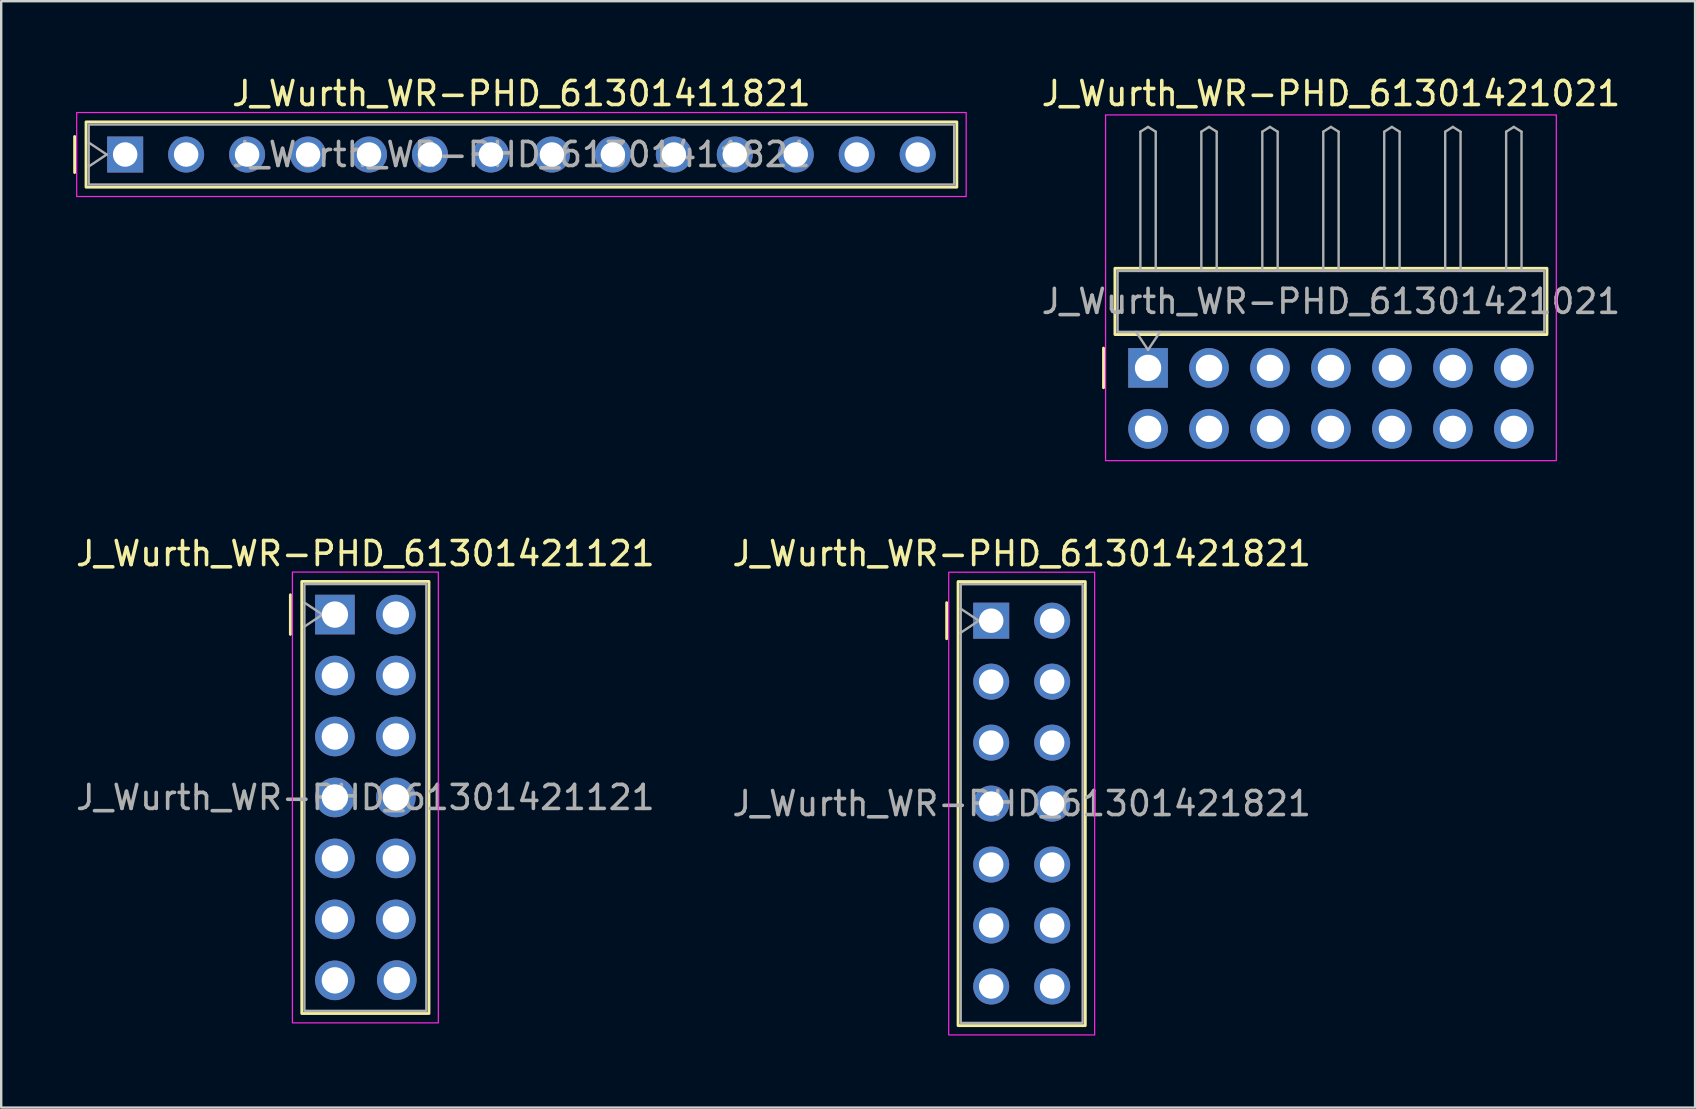
<source format=kicad_pcb>
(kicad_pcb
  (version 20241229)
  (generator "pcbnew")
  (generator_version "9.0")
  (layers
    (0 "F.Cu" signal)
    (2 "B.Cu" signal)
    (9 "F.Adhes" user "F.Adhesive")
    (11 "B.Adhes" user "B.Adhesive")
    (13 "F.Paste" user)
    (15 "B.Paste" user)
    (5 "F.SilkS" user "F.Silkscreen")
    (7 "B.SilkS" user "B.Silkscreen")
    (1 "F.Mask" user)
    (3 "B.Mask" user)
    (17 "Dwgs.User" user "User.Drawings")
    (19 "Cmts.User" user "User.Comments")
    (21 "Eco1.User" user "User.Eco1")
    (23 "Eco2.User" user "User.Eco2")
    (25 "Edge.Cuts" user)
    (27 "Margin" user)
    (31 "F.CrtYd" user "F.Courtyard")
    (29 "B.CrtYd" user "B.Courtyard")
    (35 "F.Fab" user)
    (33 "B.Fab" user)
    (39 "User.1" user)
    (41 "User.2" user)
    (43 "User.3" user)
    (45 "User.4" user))
  (footprint "J_Wurth_WR-PHD_61301421121"
    (layer "F.Cu")
    (at 10.903 22.556)
    (property "Reference" "J_Wurth_WR-PHD_61301421121" (at 1.27 -2.54 0) (unlocked yes) (layer "F.SilkS") (effects (font (size 1 1) (thickness 0.15))))
    (attr through_hole)
    (fp_line (start -1.855 -0.825) (end -1.855 0.825) (stroke (width 0.12) (type solid)) (layer "F.SilkS"))
    (fp_rect (start -1.38 -1.38) (end 3.92 16.62) (stroke (width 0.12) (type solid)) (fill no) (layer "F.SilkS"))
    (fp_rect (start -1.77 -1.77) (end 4.31 17.01) (stroke (width 0.05) (type solid)) (fill no) (layer "F.CrtYd"))
    (fp_line (start -1.27 -0.5) (end -0.52 0) (stroke (width 0.1) (type solid)) (layer "F.Fab"))
    (fp_line (start -0.52 0) (end -1.27 0.5) (stroke (width 0.1) (type solid)) (layer "F.Fab"))
    (fp_rect (start -1.27 -1.27) (end 3.81 16.51) (stroke (width 0.1) (type solid)) (fill no) (layer "F.Fab"))
    (fp_text user "${REFERENCE}" (at 1.27 7.62 0) (unlocked yes) (layer "F.Fab") (effects (font (size 1 1) (thickness 0.15))))
    (pad "1" thru_hole rect (at 0 0 270) (size 1.65 1.65) (drill 1.1) (layers "*.Cu" "*.Mask"))
    (pad "2" thru_hole circle (at 2.54 0 270) (size 1.65 1.65) (drill 1.1) (layers "*.Cu" "*.Mask"))
    (pad "3" thru_hole circle (at 0 2.54 270) (size 1.65 1.65) (drill 1.1) (layers "*.Cu" "*.Mask"))
    (pad "4" thru_hole circle (at 2.54 2.54 270) (size 1.65 1.65) (drill 1.1) (layers "*.Cu" "*.Mask"))
    (pad "5" thru_hole circle (at 0 5.08 270) (size 1.65 1.65) (drill 1.1) (layers "*.Cu" "*.Mask"))
    (pad "6" thru_hole circle (at 2.54 5.08 270) (size 1.65 1.65) (drill 1.1) (layers "*.Cu" "*.Mask"))
    (pad "7" thru_hole circle (at 0 7.62 270) (size 1.65 1.65) (drill 1.1) (layers "*.Cu" "*.Mask"))
    (pad "8" thru_hole circle (at 2.54 7.62 270) (size 1.65 1.65) (drill 1.1) (layers "*.Cu" "*.Mask"))
    (pad "9" thru_hole circle (at 0 10.16 270) (size 1.65 1.65) (drill 1.1) (layers "*.Cu" "*.Mask"))
    (pad "10" thru_hole circle (at 2.54 10.16 270) (size 1.65 1.65) (drill 1.1) (layers "*.Cu" "*.Mask"))
    (pad "11" thru_hole circle (at 0 12.7 270) (size 1.65 1.65) (drill 1.1) (layers "*.Cu" "*.Mask"))
    (pad "12" thru_hole circle (at 2.54 12.7 270) (size 1.65 1.65) (drill 1.1) (layers "*.Cu" "*.Mask"))
    (pad "13" thru_hole circle (at 0 15.24 270) (size 1.65 1.65) (drill 1.1) (layers "*.Cu" "*.Mask"))
    (pad "14" thru_hole circle (at 2.579 15.23 270) (size 1.65 1.65) (drill 1.1) (layers "*.Cu" "*.Mask")))
  (footprint "J_Wurth_WR-PHD_61301421021"
    (layer "F.Cu")
    (at 44.783 12.278)
    (property "Reference" "J_Wurth_WR-PHD_61301421021" (at 7.62 -11.43 0) (unlocked yes) (layer "F.SilkS") (effects (font (size 1 1) (thickness 0.15))))
    (attr through_hole)
    (fp_line (start -1.855 -0.825) (end -1.855 0.825) (stroke (width 0.12) (type solid)) (layer "F.SilkS"))
    (fp_rect (start -1.38 -4.15) (end 16.62 -1.39) (stroke (width 0.12) (type solid)) (fill no) (layer "F.SilkS"))
    (fp_rect (start -1.77 -10.54) (end 17.01 3.865) (stroke (width 0.05) (type solid)) (fill no) (layer "F.CrtYd"))
    (fp_line (start -0.32 -9.84) (end -0.32 -4.04) (stroke (width 0.1) (type solid)) (layer "F.Fab"))
    (fp_line (start 0 -10.04) (end -0.32 -9.84) (stroke (width 0.1) (type solid)) (layer "F.Fab"))
    (fp_line (start 0 -0.75) (end -0.5 -1.5) (stroke (width 0.1) (type solid)) (layer "F.Fab"))
    (fp_line (start 0 -0.75) (end 0.5 -1.5) (stroke (width 0.1) (type solid)) (layer "F.Fab"))
    (fp_line (start 0.32 -9.84) (end 0 -10.04) (stroke (width 0.1) (type default)) (layer "F.Fab"))
    (fp_line (start 0.32 -4.04) (end 0.32 -9.84) (stroke (width 0.1) (type solid)) (layer "F.Fab"))
    (fp_line (start 2.22 -9.84) (end 2.22 -4.04) (stroke (width 0.1) (type solid)) (layer "F.Fab"))
    (fp_line (start 2.54 -10.04) (end 2.22 -9.84) (stroke (width 0.1) (type solid)) (layer "F.Fab"))
    (fp_line (start 2.86 -9.84) (end 2.54 -10.04) (stroke (width 0.1) (type default)) (layer "F.Fab"))
    (fp_line (start 2.86 -4.04) (end 2.86 -9.84) (stroke (width 0.1) (type solid)) (layer "F.Fab"))
    (fp_line (start 4.76 -9.84) (end 4.76 -4.04) (stroke (width 0.1) (type solid)) (layer "F.Fab"))
    (fp_line (start 5.08 -10.04) (end 4.76 -9.84) (stroke (width 0.1) (type solid)) (layer "F.Fab"))
    (fp_line (start 5.4 -9.84) (end 5.08 -10.04) (stroke (width 0.1) (type default)) (layer "F.Fab"))
    (fp_line (start 5.4 -4.04) (end 5.4 -9.84) (stroke (width 0.1) (type solid)) (layer "F.Fab"))
    (fp_line (start 7.3 -9.84) (end 7.3 -4.04) (stroke (width 0.1) (type solid)) (layer "F.Fab"))
    (fp_line (start 7.62 -10.04) (end 7.3 -9.84) (stroke (width 0.1) (type solid)) (layer "F.Fab"))
    (fp_line (start 7.94 -9.84) (end 7.62 -10.04) (stroke (width 0.1) (type default)) (layer "F.Fab"))
    (fp_line (start 7.94 -4.04) (end 7.94 -9.84) (stroke (width 0.1) (type solid)) (layer "F.Fab"))
    (fp_line (start 9.84 -9.84) (end 9.84 -4.04) (stroke (width 0.1) (type solid)) (layer "F.Fab"))
    (fp_line (start 10.16 -10.04) (end 9.84 -9.84) (stroke (width 0.1) (type solid)) (layer "F.Fab"))
    (fp_line (start 10.48 -9.84) (end 10.16 -10.04) (stroke (width 0.1) (type solid)) (layer "F.Fab"))
    (fp_line (start 10.48 -4.04) (end 10.48 -9.84) (stroke (width 0.1) (type solid)) (layer "F.Fab"))
    (fp_line (start 12.38 -9.84) (end 12.38 -4.04) (stroke (width 0.1) (type solid)) (layer "F.Fab"))
    (fp_line (start 12.7 -10.04) (end 12.38 -9.84) (stroke (width 0.1) (type solid)) (layer "F.Fab"))
    (fp_line (start 13.02 -9.84) (end 12.7 -10.04) (stroke (width 0.1) (type solid)) (layer "F.Fab"))
    (fp_line (start 13.02 -4.04) (end 13.02 -9.84) (stroke (width 0.1) (type solid)) (layer "F.Fab"))
    (fp_line (start 14.92 -9.84) (end 14.92 -4.04) (stroke (width 0.1) (type solid)) (layer "F.Fab"))
    (fp_line (start 15.24 -10.04) (end 14.92 -9.84) (stroke (width 0.1) (type solid)) (layer "F.Fab"))
    (fp_line (start 15.56 -9.84) (end 15.24 -10.04) (stroke (width 0.1) (type solid)) (layer "F.Fab"))
    (fp_line (start 15.56 -4.04) (end 15.56 -9.84) (stroke (width 0.1) (type solid)) (layer "F.Fab"))
    (fp_rect (start -1.27 -4.04) (end 16.51 -1.5) (stroke (width 0.1) (type solid)) (fill no) (layer "F.Fab"))
    (fp_text user "${REFERENCE}" (at 7.62 -2.77 0) (unlocked yes) (layer "F.Fab") (effects (font (size 1 1) (thickness 0.15))))
    (pad "1" thru_hole rect (at 0 0 180) (size 1.65 1.65) (drill 1.1) (layers "*.Cu" "*.Mask"))
    (pad "2" thru_hole circle (at 0 2.54 180) (size 1.65 1.65) (drill 1.1) (layers "*.Cu" "*.Mask"))
    (pad "3" thru_hole circle (at 2.54 0 180) (size 1.65 1.65) (drill 1.1) (layers "*.Cu" "*.Mask"))
    (pad "4" thru_hole circle (at 2.54 2.54 180) (size 1.65 1.65) (drill 1.1) (layers "*.Cu" "*.Mask"))
    (pad "5" thru_hole circle (at 5.08 0 180) (size 1.65 1.65) (drill 1.1) (layers "*.Cu" "*.Mask"))
    (pad "6" thru_hole circle (at 5.08 2.54 180) (size 1.65 1.65) (drill 1.1) (layers "*.Cu" "*.Mask"))
    (pad "7" thru_hole circle (at 7.62 0 180) (size 1.65 1.65) (drill 1.1) (layers "*.Cu" "*.Mask"))
    (pad "8" thru_hole circle (at 7.62 2.54 180) (size 1.65 1.65) (drill 1.1) (layers "*.Cu" "*.Mask"))
    (pad "9" thru_hole circle (at 10.16 0 180) (size 1.65 1.65) (drill 1.1) (layers "*.Cu" "*.Mask"))
    (pad "10" thru_hole circle (at 10.16 2.54 180) (size 1.65 1.65) (drill 1.1) (layers "*.Cu" "*.Mask"))
    (pad "11" thru_hole circle (at 12.7 0 180) (size 1.65 1.65) (drill 1.1) (layers "*.Cu" "*.Mask"))
    (pad "12" thru_hole circle (at 12.7 2.54 180) (size 1.65 1.65) (drill 1.1) (layers "*.Cu" "*.Mask"))
    (pad "13" thru_hole circle (at 15.24 0 180) (size 1.65 1.65) (drill 1.1) (layers "*.Cu" "*.Mask"))
    (pad "14" thru_hole circle (at 15.24 2.54 180) (size 1.65 1.65) (drill 1.1) (layers "*.Cu" "*.Mask")))
  (footprint "J_Wurth_WR-PHD_61301421821"
    (layer "F.Cu")
    (at 38.248 22.811)
    (property "Reference" "J_Wurth_WR-PHD_61301421821" (at 1.27 -2.794 0) (unlocked yes) (layer "F.SilkS") (effects (font (size 1 1) (thickness 0.15))))
    (attr through_hole)
    (fp_line (start -1.855 -0.75) (end -1.855 0.75) (stroke (width 0.12) (type solid)) (layer "F.SilkS"))
    (fp_rect (start -1.38 -1.63) (end 3.92 16.87) (stroke (width 0.12) (type solid)) (fill no) (layer "F.SilkS"))
    (fp_rect (start -1.77 -2.02) (end 4.31 17.26) (stroke (width 0.05) (type solid)) (fill no) (layer "F.CrtYd"))
    (fp_line (start -1.27 -0.5) (end -0.52 0) (stroke (width 0.1) (type solid)) (layer "F.Fab"))
    (fp_line (start -0.52 0) (end -1.27 0.5) (stroke (width 0.1) (type solid)) (layer "F.Fab"))
    (fp_rect (start -1.27 -1.52) (end 3.81 16.76) (stroke (width 0.1) (type solid)) (fill no) (layer "F.Fab"))
    (fp_text user "${REFERENCE}" (at 1.27 7.62 0) (unlocked yes) (layer "F.Fab") (effects (font (size 1 1) (thickness 0.15))))
    (pad "1" thru_hole rect (at 0 0) (size 1.5 1.5) (drill 1.02) (layers "*.Cu" "*.Mask"))
    (pad "2" thru_hole circle (at 2.54 0) (size 1.5 1.5) (drill 1.02) (layers "*.Cu" "*.Mask"))
    (pad "3" thru_hole circle (at 0 2.54) (size 1.5 1.5) (drill 1.02) (layers "*.Cu" "*.Mask"))
    (pad "4" thru_hole circle (at 2.54 2.54) (size 1.5 1.5) (drill 1.02) (layers "*.Cu" "*.Mask"))
    (pad "5" thru_hole circle (at 0 5.08) (size 1.5 1.5) (drill 1.02) (layers "*.Cu" "*.Mask"))
    (pad "6" thru_hole circle (at 2.54 5.08) (size 1.5 1.5) (drill 1.02) (layers "*.Cu" "*.Mask"))
    (pad "7" thru_hole circle (at 0 7.62) (size 1.5 1.5) (drill 1.02) (layers "*.Cu" "*.Mask"))
    (pad "8" thru_hole circle (at 2.54 7.62) (size 1.5 1.5) (drill 1.02) (layers "*.Cu" "*.Mask"))
    (pad "9" thru_hole circle (at 0 10.16) (size 1.5 1.5) (drill 1.02) (layers "*.Cu" "*.Mask"))
    (pad "10" thru_hole circle (at 2.54 10.16) (size 1.5 1.5) (drill 1.02) (layers "*.Cu" "*.Mask"))
    (pad "11" thru_hole circle (at 0 12.7) (size 1.5 1.5) (drill 1.02) (layers "*.Cu" "*.Mask"))
    (pad "12" thru_hole circle (at 2.54 12.7) (size 1.5 1.5) (drill 1.02) (layers "*.Cu" "*.Mask"))
    (pad "13" thru_hole circle (at 0 15.24) (size 1.5 1.5) (drill 1.02) (layers "*.Cu" "*.Mask"))
    (pad "14" thru_hole circle (at 2.54 15.24) (size 1.5 1.5) (drill 1.02) (layers "*.Cu" "*.Mask")))
  (footprint "J_Wurth_WR-PHD_61301411821"
    (layer "F.Cu")
    (at 2.165 3.388)
    (property "Reference" "J_Wurth_WR-PHD_61301411821" (at 16.51 -2.54 0) (unlocked yes) (layer "F.SilkS") (effects (font (size 1 1) (thickness 0.15))))
    (attr through_hole)
    (fp_line (start -2.105 -0.75) (end -2.105 0.75) (stroke (width 0.12) (type solid)) (layer "F.SilkS"))
    (fp_rect (start -1.63 -1.36) (end 34.65 1.36) (stroke (width 0.12) (type solid)) (fill no) (layer "F.SilkS"))
    (fp_rect (start -2.02 -1.75) (end 35.04 1.75) (stroke (width 0.05) (type solid)) (fill no) (layer "F.CrtYd"))
    (fp_line (start -1.52 -0.5) (end -0.77 0) (stroke (width 0.1) (type solid)) (layer "F.Fab"))
    (fp_line (start -0.77 0) (end -1.52 0.5) (stroke (width 0.1) (type solid)) (layer "F.Fab"))
    (fp_rect (start -1.52 -1.25) (end 34.54 1.25) (stroke (width 0.1) (type solid)) (fill no) (layer "F.Fab"))
    (fp_text user "${REFERENCE}" (at 16.51 0 0) (unlocked yes) (layer "F.Fab") (effects (font (size 1 1) (thickness 0.15))))
    (pad "1" thru_hole rect (at 0 0) (size 1.5 1.5) (drill 1.02) (layers "*.Cu" "*.Mask"))
    (pad "2" thru_hole circle (at 2.54 0) (size 1.5 1.5) (drill 1.02) (layers "*.Cu" "*.Mask"))
    (pad "3" thru_hole circle (at 5.08 0) (size 1.5 1.5) (drill 1.02) (layers "*.Cu" "*.Mask"))
    (pad "4" thru_hole circle (at 7.62 0) (size 1.5 1.5) (drill 1.02) (layers "*.Cu" "*.Mask"))
    (pad "5" thru_hole circle (at 10.16 0) (size 1.5 1.5) (drill 1.02) (layers "*.Cu" "*.Mask"))
    (pad "6" thru_hole circle (at 12.7 0) (size 1.5 1.5) (drill 1.02) (layers "*.Cu" "*.Mask"))
    (pad "7" thru_hole circle (at 15.24 0) (size 1.5 1.5) (drill 1.02) (layers "*.Cu" "*.Mask"))
    (pad "8" thru_hole circle (at 17.78 0) (size 1.5 1.5) (drill 1.02) (layers "*.Cu" "*.Mask"))
    (pad "9" thru_hole circle (at 20.32 0) (size 1.5 1.5) (drill 1.02) (layers "*.Cu" "*.Mask"))
    (pad "10" thru_hole circle (at 22.86 0) (size 1.5 1.5) (drill 1.02) (layers "*.Cu" "*.Mask"))
    (pad "11" thru_hole circle (at 25.4 0) (size 1.5 1.5) (drill 1.02) (layers "*.Cu" "*.Mask"))
    (pad "12" thru_hole circle (at 27.94 0) (size 1.5 1.5) (drill 1.02) (layers "*.Cu" "*.Mask"))
    (pad "13" thru_hole circle (at 30.48 0) (size 1.5 1.5) (drill 1.02) (layers "*.Cu" "*.Mask"))
    (pad "14" thru_hole circle (at 33.02 0) (size 1.5 1.5) (drill 1.02) (layers "*.Cu" "*.Mask")))
  (gr_rect
    (start -3 -3)
    (end 67.575 43.096)
    (stroke (width 0.1) (type default))
    (fill no)
    (layer "Edge.Cuts")))
</source>
